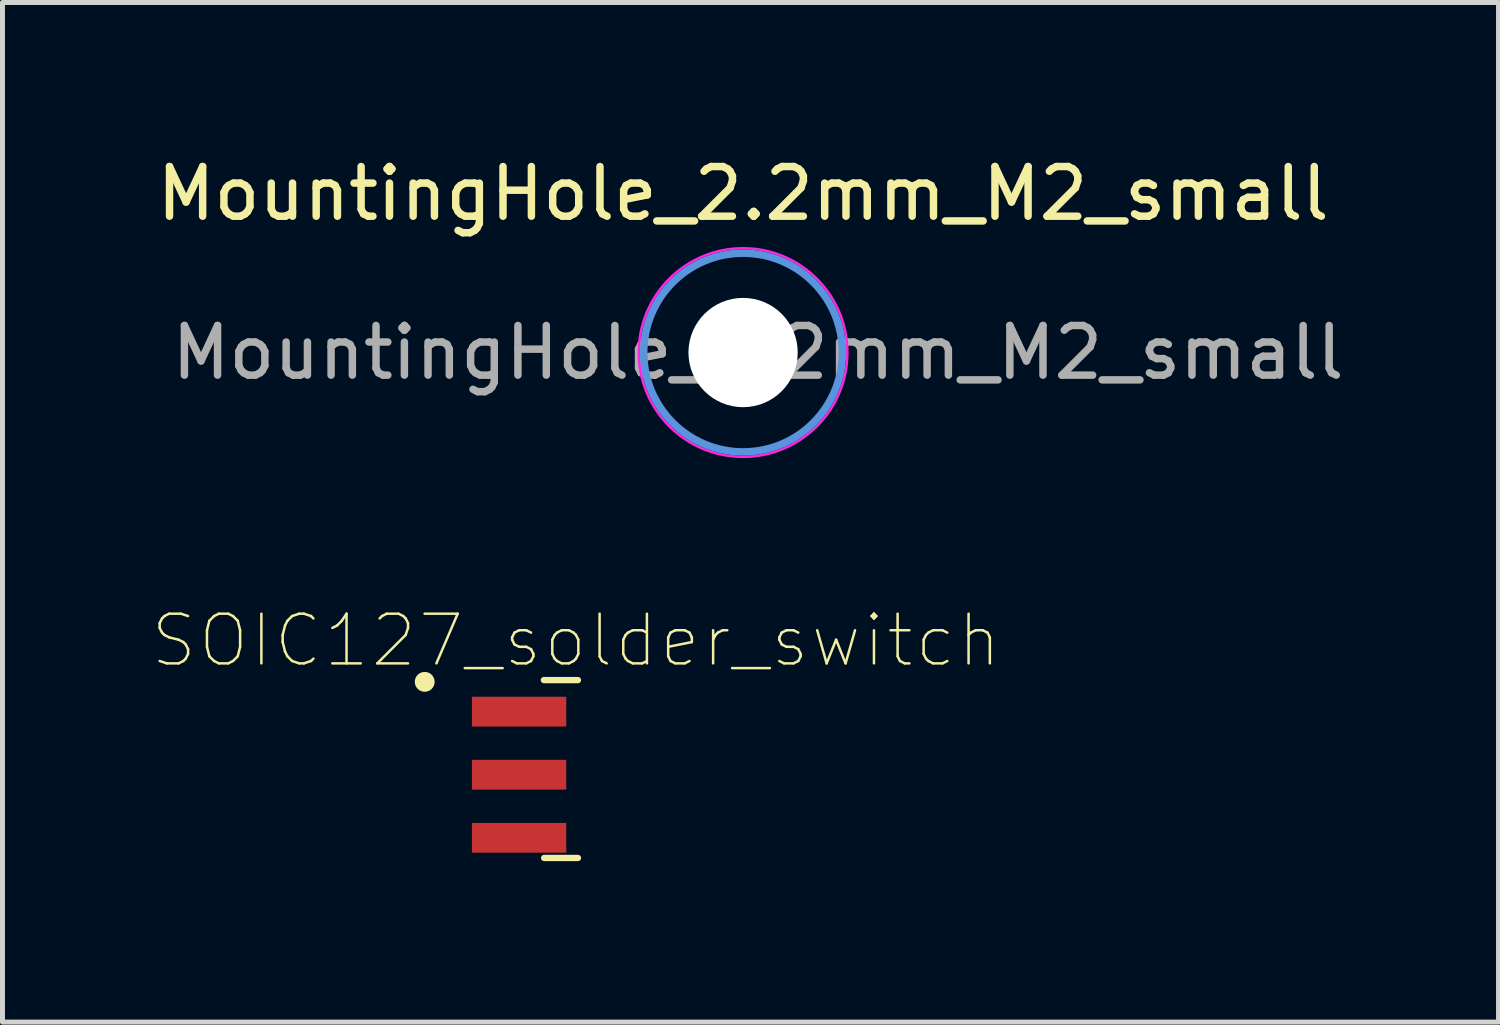
<source format=kicad_pcb>
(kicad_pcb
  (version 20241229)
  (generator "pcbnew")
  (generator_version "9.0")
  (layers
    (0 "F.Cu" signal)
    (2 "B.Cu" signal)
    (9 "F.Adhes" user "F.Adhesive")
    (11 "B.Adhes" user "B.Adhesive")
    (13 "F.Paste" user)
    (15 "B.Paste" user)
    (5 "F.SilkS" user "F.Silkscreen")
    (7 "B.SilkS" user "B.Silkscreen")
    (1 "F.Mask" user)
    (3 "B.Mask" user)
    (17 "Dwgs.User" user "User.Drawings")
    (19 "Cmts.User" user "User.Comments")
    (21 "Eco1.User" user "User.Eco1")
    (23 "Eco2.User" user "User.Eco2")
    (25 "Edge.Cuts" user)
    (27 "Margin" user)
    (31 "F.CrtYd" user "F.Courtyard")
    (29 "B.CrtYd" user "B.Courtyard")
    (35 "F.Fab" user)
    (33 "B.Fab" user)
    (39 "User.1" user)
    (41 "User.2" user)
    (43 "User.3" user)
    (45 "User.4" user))
  (footprint "SOIC127_solder_switch"
    (layer "F.Cu")
    (at 9.856 13.183)
    (property "Reference" "SOIC127_solder_switch" (at -1.31 -3.337 0) (layer "F.SilkS") (effects (font (size 1 1) (thickness 0.05))))
    (attr smd)
    (fp_line (start -1.956 -2.54) (end -1.27 -2.54) (stroke (width 0.127) (type solid)) (layer "F.SilkS"))
    (fp_line (start -1.95 1.041) (end -1.27 1.041) (stroke (width 0.127) (type solid)) (layer "F.SilkS"))
    (fp_circle (center -4.355 -2.505) (end -4.255 -2.505) (stroke (width 0.2) (type solid)) (fill no) (layer "F.SilkS"))
    (fp_line (start -3.655 -2.7) (end -3.655 1.321) (stroke (width 0.05) (type solid)) (layer "Eco1.User"))
    (fp_line (start -3.655 -2.7) (end -1.016 -2.7) (stroke (width 0.05) (type solid)) (layer "Eco1.User"))
    (fp_line (start -3.655 1.321) (end -1.016 1.321) (stroke (width 0.05) (type solid)) (layer "Eco1.User"))
    (fp_line (start -1.016 -2.692) (end -1.016 1.321) (stroke (width 0.05) (type solid)) (layer "Eco1.User"))
    (fp_line (start -1.95 -2.45) (end -1.95 1.016) (stroke (width 0.127) (type solid)) (layer "Eco2.User"))
    (fp_line (start -1.95 -2.45) (end -1.27 -2.45) (stroke (width 0.127) (type solid)) (layer "Eco2.User"))
    (fp_line (start -1.95 1.016) (end -1.27 1.016) (stroke (width 0.127) (type solid)) (layer "Eco2.User"))
    (fp_line (start -1.27 -2.45) (end -1.27 1.016) (stroke (width 0.127) (type solid)) (layer "Eco2.User"))
    (fp_circle (center -4.355 -2.505) (end -4.255 -2.505) (stroke (width 0.2) (type solid)) (fill no) (layer "Eco2.User"))
    (pad "1" smd rect (at -2.455 -1.905) (size 1.9 0.6) (layers "F.Cu" "F.Mask" "F.Paste"))
    (pad "2" smd rect (at -2.455 -0.635) (size 1.9 0.6) (layers "F.Cu" "F.Mask" "F.Paste"))
    (pad "3" smd rect (at -2.455 0.635) (size 1.9 0.6) (layers "F.Cu" "F.Mask" "F.Paste")))
  (footprint "MountingHole_2.2mm_M2_small"
    (layer "F.Cu")
    (at 11.911 4.048)
    (property "Reference" "MountingHole_2.2mm_M2_small" (at 0 -3.2 0) (layer "F.SilkS") (effects (font (size 1 1) (thickness 0.15))))
    (attr exclude_from_pos_files exclude_from_bom)
    (fp_circle (center 0 0) (end 2 0) (stroke (width 0.15) (type solid)) (fill no) (layer "Cmts.User"))
    (fp_circle (center 0 0) (end 2.1 0) (stroke (width 0.05) (type solid)) (fill no) (layer "F.CrtYd"))
    (fp_text user "${REFERENCE}" (at 0.3 0 0) (layer "F.Fab") (effects (font (size 1 1) (thickness 0.15))))
    (pad "" np_thru_hole circle (at 0 0) (size 2.2 2.2) (drill 2.2) (layers "*.Cu" "*.Mask")))
  (gr_rect
    (start -3 -3)
    (end 27.121 17.529)
    (stroke (width 0.1) (type default))
    (fill no)
    (layer "Edge.Cuts")))
</source>
